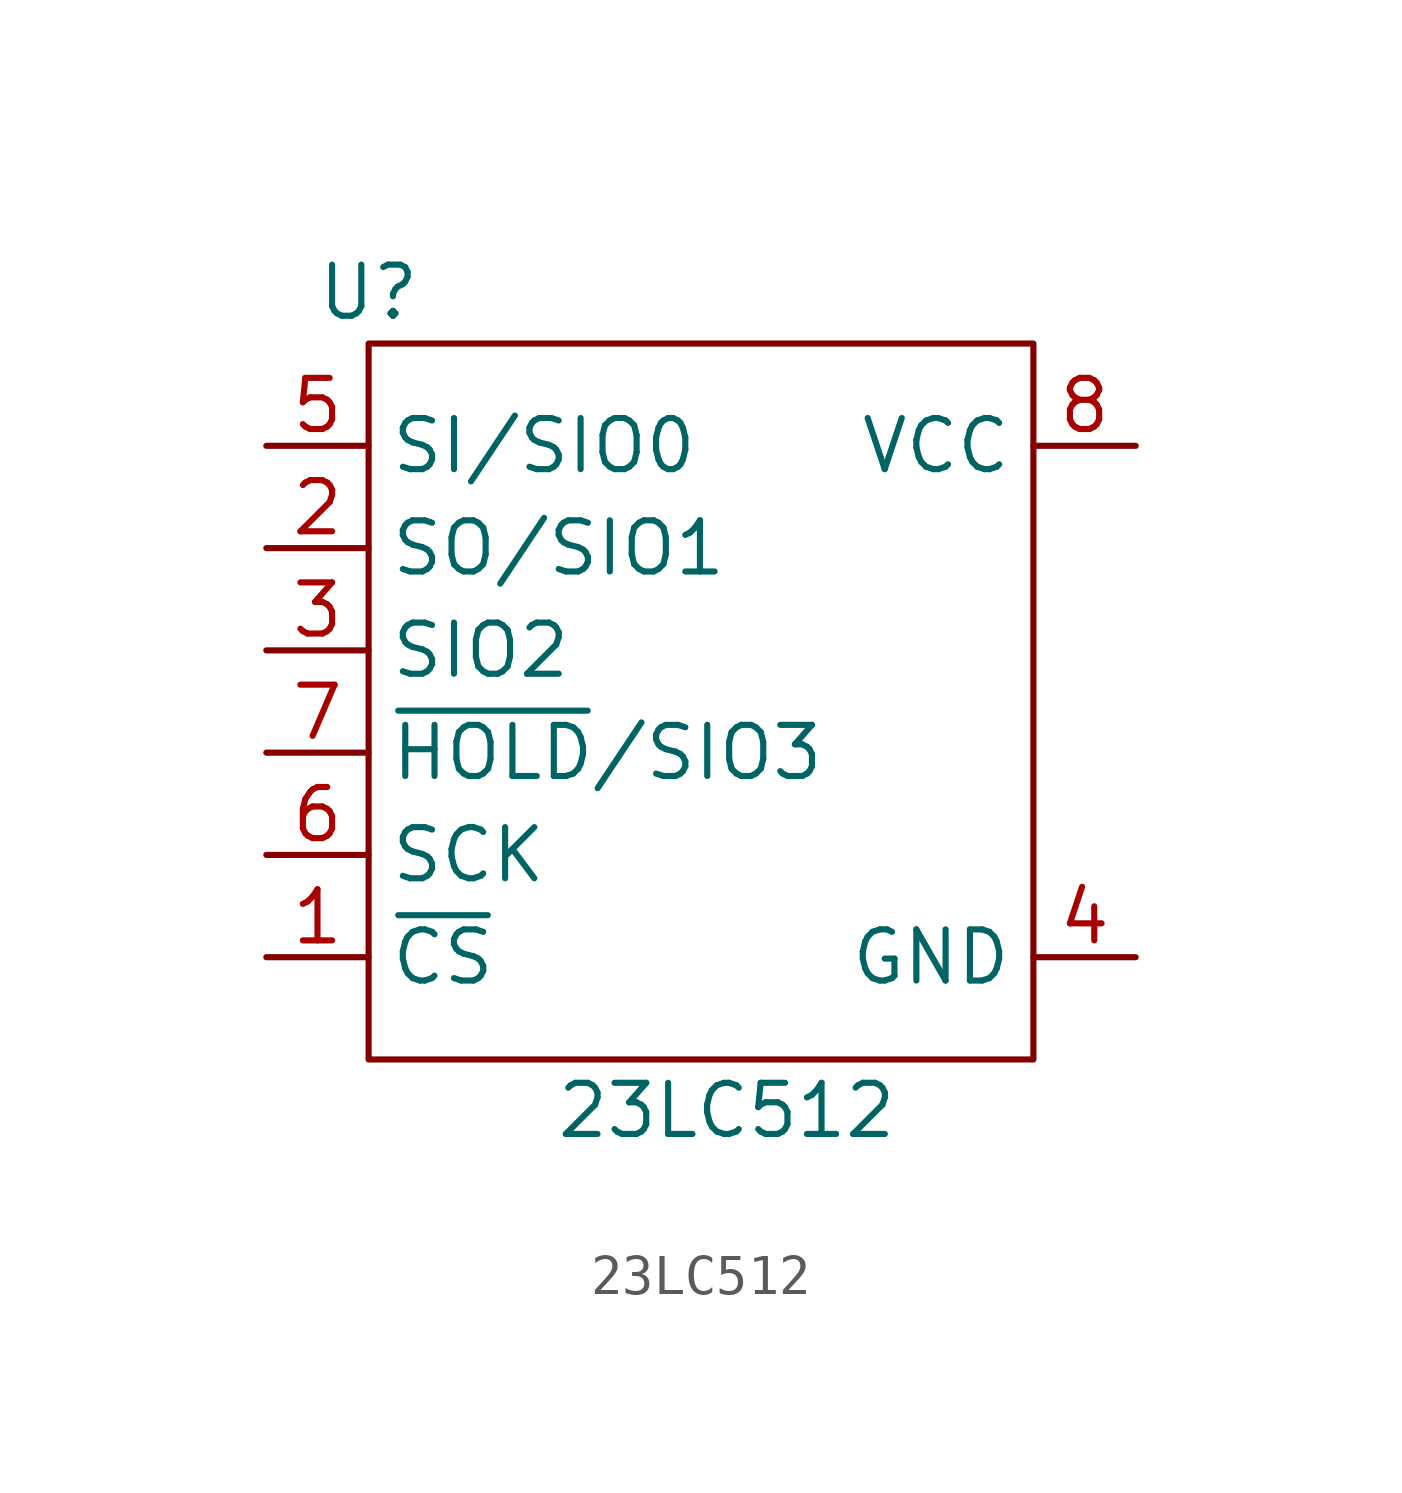
<source format=kicad_sym>
(kicad_symbol_lib
  (version 20211014)
  (generator kicad_symbol_editor)
  (symbol "23LC512"
    (property "Reference" "U"
      (at -8.89 8.89 0)
      (effects (font (size 1.27 1.27))))
    (property "Value" "23LC512"
      (at 0 -11.43 0)
      (effects (font (size 1.27 1.27))))
    (symbol "23LC512_0_1"
      (rectangle (start -8.89 7.62) (end 7.62 -10.16) (stroke (width 0) (type default) (color 0 0 0 0)) (fill (type none))))
    (symbol "23LC512_1_1"
      (pin input line (at -11.43 -7.62 0) (length 2.54) (name "~{CS}" (effects (font (size 1.27 1.27)))) (number "1" (effects (font (size 1.27 1.27)))))
      (pin bidirectional line (at -11.43 2.54 0) (length 2.54) (name "SO/SIO1" (effects (font (size 1.27 1.27)))) (number "2" (effects (font (size 1.27 1.27)))))
      (pin bidirectional line (at -11.43 0 0) (length 2.54) (name "SIO2" (effects (font (size 1.27 1.27)))) (number "3" (effects (font (size 1.27 1.27)))))
      (pin input line (at 10.16 -7.62 180) (length 2.54) (name "GND" (effects (font (size 1.27 1.27)))) (number "4" (effects (font (size 1.27 1.27)))))
      (pin bidirectional line (at -11.43 5.08 0) (length 2.54) (name "SI/SIO0" (effects (font (size 1.27 1.27)))) (number "5" (effects (font (size 1.27 1.27)))))
      (pin input line (at -11.43 -5.08 0) (length 2.54) (name "SCK" (effects (font (size 1.27 1.27)))) (number "6" (effects (font (size 1.27 1.27)))))
      (pin bidirectional line (at -11.43 -2.54 0) (length 2.54) (name "~{HOLD}/SIO3" (effects (font (size 1.27 1.27)))) (number "7" (effects (font (size 1.27 1.27)))))
      (pin input line (at 10.16 5.08 180) (length 2.54) (name "VCC" (effects (font (size 1.27 1.27)))) (number "8" (effects (font (size 1.27 1.27))))))))
</source>
